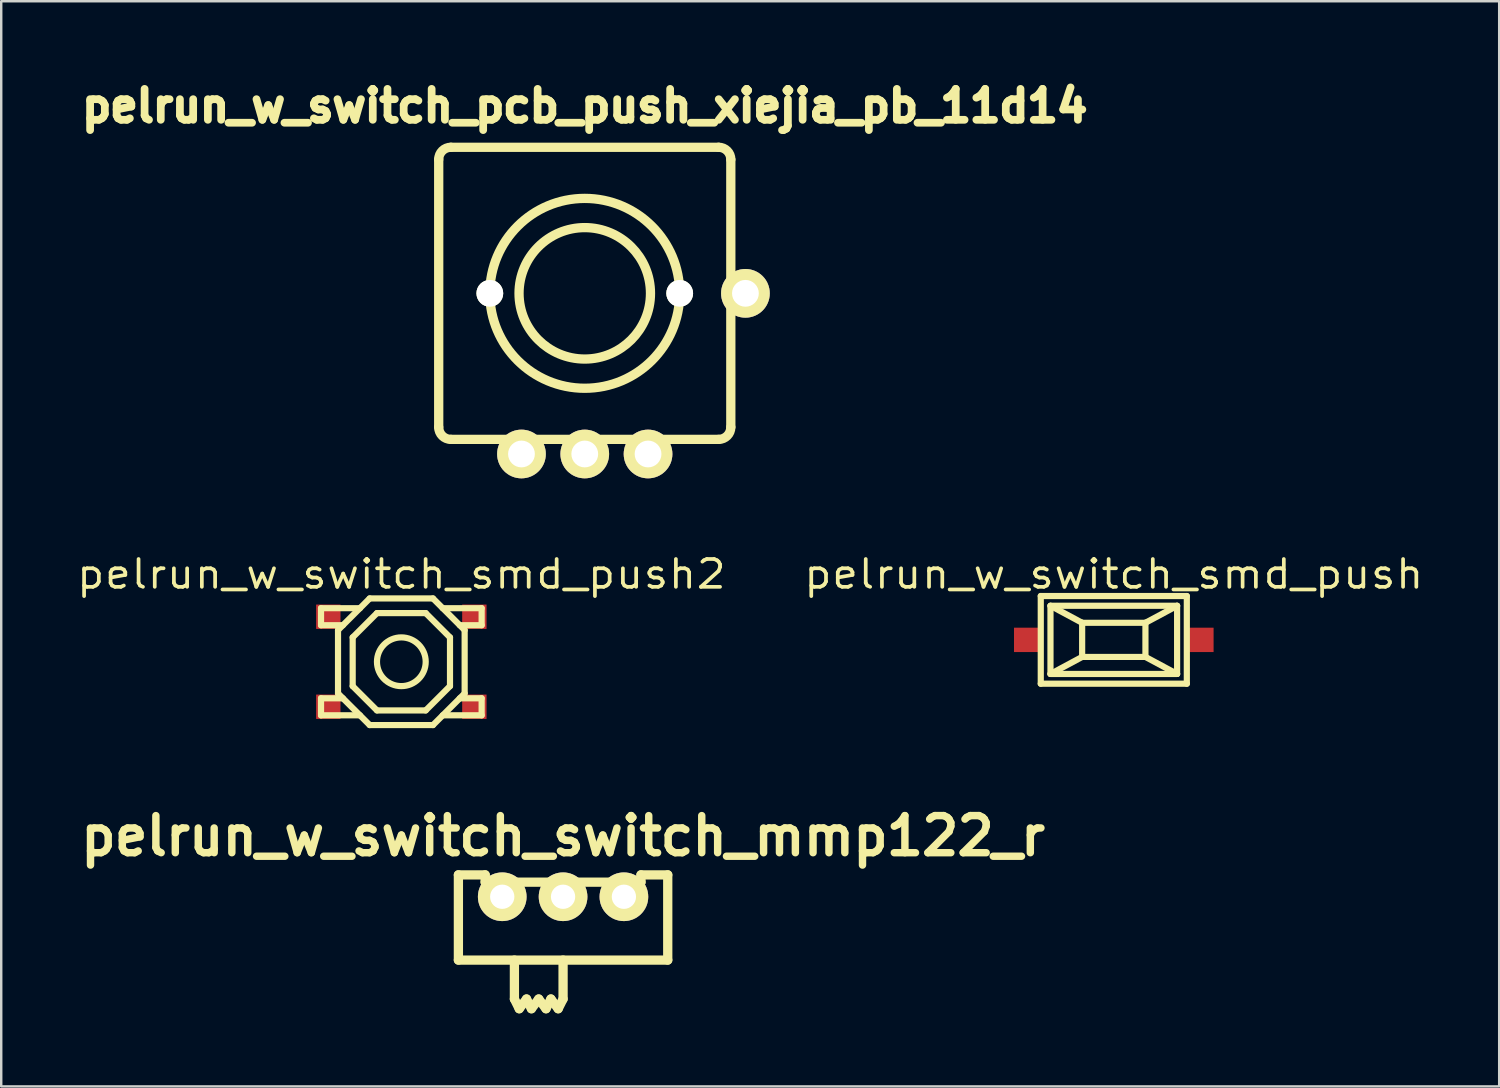
<source format=kicad_pcb>
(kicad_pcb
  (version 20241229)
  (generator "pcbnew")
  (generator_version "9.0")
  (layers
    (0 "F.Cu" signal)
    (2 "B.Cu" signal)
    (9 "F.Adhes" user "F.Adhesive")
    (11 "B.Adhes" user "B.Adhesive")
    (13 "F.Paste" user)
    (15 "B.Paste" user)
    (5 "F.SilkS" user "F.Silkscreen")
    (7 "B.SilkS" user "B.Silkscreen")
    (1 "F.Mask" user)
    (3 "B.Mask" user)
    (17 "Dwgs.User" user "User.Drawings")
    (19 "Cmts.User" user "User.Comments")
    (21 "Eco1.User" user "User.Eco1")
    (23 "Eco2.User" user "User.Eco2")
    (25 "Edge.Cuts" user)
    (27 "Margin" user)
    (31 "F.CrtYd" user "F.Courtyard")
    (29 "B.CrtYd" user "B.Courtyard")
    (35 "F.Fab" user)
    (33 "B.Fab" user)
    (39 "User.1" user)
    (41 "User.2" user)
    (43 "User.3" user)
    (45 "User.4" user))
  (footprint "pelrun_w_switch_pcb_push_xiejia_pb_11d14"
    (layer "F.Cu")
    (at 20.972 9)
    (property "Reference" "pelrun_w_switch_pcb_push_xiejia_pb_11d14" (at 0 -7.7 0) (layer "F.SilkS") (effects (font (size 1.27 1.27) (thickness 0.318))))
    (attr through_hole)
    (fp_line (start -6 5.5) (end -6 -5.5) (stroke (width 0.381) (type solid)) (layer "F.SilkS"))
    (fp_line (start -5.5 -6) (end 5.5 -6) (stroke (width 0.381) (type solid)) (layer "F.SilkS"))
    (fp_line (start 5.5 6) (end -5.5 6) (stroke (width 0.381) (type solid)) (layer "F.SilkS"))
    (fp_line (start 6 -5.5) (end 6 5.5) (stroke (width 0.381) (type solid)) (layer "F.SilkS"))
    (fp_arc (start -6 -5.5) (mid -5.853553 -5.853553) (end -5.5 -6) (stroke (width 0.381) (type solid)) (layer "F.SilkS"))
    (fp_arc (start -5.5 6) (mid -5.853553 5.853553) (end -6 5.5) (stroke (width 0.381) (type solid)) (layer "F.SilkS"))
    (fp_arc (start 5.5 -6) (mid 5.853553 -5.853553) (end 6 -5.5) (stroke (width 0.381) (type solid)) (layer "F.SilkS"))
    (fp_arc (start 6 5.5) (mid 5.853553 5.853553) (end 5.5 6) (stroke (width 0.381) (type solid)) (layer "F.SilkS"))
    (fp_circle (center 0 0) (end 2.7 0) (stroke (width 0.381) (type solid)) (fill no) (layer "F.SilkS"))
    (fp_circle (center 0 0) (end 3.9 0) (stroke (width 0.381) (type solid)) (fill no) (layer "F.SilkS"))
    (pad "" np_thru_hole circle (at -3.9 0) (size 1.1 1.1) (drill 1.1) (layers "*.Cu" "*.Mask" "F.SilkS"))
    (pad "" np_thru_hole circle (at 3.9 0) (size 1.1 1.1) (drill 1.1) (layers "*.Cu" "*.Mask" "F.SilkS"))
    (pad "1" thru_hole circle (at 0 6.6) (size 2 2) (drill 1.1) (layers "*.Cu" "*.Mask" "F.SilkS"))
    (pad "2" thru_hole circle (at 2.6 6.6) (size 2 2) (drill 1.1) (layers "*.Cu" "*.Mask" "F.SilkS"))
    (pad "3" thru_hole circle (at -2.6 6.6) (size 2 2) (drill 1.1) (layers "*.Cu" "*.Mask" "F.SilkS"))
    (pad "4" thru_hole circle (at 6.6 0) (size 2 2) (drill 1.1) (layers "*.Cu" "*.Mask" "F.SilkS")))
  (footprint "pelrun_w_switch_switch_mmp122_r"
    (layer "F.Cu")
    (at 20.081 33.789)
    (property "Reference" "pelrun_w_switch_switch_mmp122_r" (at 0 -2.499 0) (layer "F.SilkS") (effects (font (size 1.524 1.524) (thickness 0.305))))
    (attr through_hole)
    (fp_line (start -4.3 -0.899) (end -4.3 2.601) (stroke (width 0.381) (type solid)) (layer "F.SilkS"))
    (fp_line (start -4.3 2.601) (end 4.3 2.601) (stroke (width 0.381) (type solid)) (layer "F.SilkS"))
    (fp_line (start -3.2 -0.899) (end -4.3 -0.899) (stroke (width 0.381) (type solid)) (layer "F.SilkS"))
    (fp_line (start -3.2 -0.599) (end -3.2 -0.899) (stroke (width 0.381) (type solid)) (layer "F.SilkS"))
    (fp_line (start -1.999 2.601) (end -1.999 4.201) (stroke (width 0.381) (type solid)) (layer "F.SilkS"))
    (fp_line (start -1.999 4.201) (end -1.801 4.6) (stroke (width 0.381) (type solid)) (layer "F.SilkS"))
    (fp_line (start -1.801 4.6) (end -1.501 4.201) (stroke (width 0.381) (type solid)) (layer "F.SilkS"))
    (fp_line (start -1.501 4.201) (end -1.3 4.6) (stroke (width 0.381) (type solid)) (layer "F.SilkS"))
    (fp_line (start -1.3 4.6) (end -1.001 4.201) (stroke (width 0.381) (type solid)) (layer "F.SilkS"))
    (fp_line (start -1.001 4.201) (end -0.701 4.6) (stroke (width 0.381) (type solid)) (layer "F.SilkS"))
    (fp_line (start -0.701 4.6) (end -0.5 4.201) (stroke (width 0.381) (type solid)) (layer "F.SilkS"))
    (fp_line (start -0.5 4.201) (end -0.201 4.6) (stroke (width 0.381) (type solid)) (layer "F.SilkS"))
    (fp_line (start -0.201 4.6) (end 0 4.201) (stroke (width 0.381) (type solid)) (layer "F.SilkS"))
    (fp_line (start 0 2.601) (end 0 4.201) (stroke (width 0.381) (type solid)) (layer "F.SilkS"))
    (fp_line (start 3.2 -0.899) (end 3.2 -0.599) (stroke (width 0.381) (type solid)) (layer "F.SilkS"))
    (fp_line (start 3.2 -0.599) (end -3.2 -0.599) (stroke (width 0.381) (type solid)) (layer "F.SilkS"))
    (fp_line (start 4.3 -0.899) (end 3.2 -0.899) (stroke (width 0.381) (type solid)) (layer "F.SilkS"))
    (fp_line (start 4.3 2.601) (end 4.3 -0.899) (stroke (width 0.381) (type solid)) (layer "F.SilkS"))
    (pad "1" thru_hole circle (at -2.499 0) (size 1.999 1.999) (drill 0.998) (layers "*.Cu" "*.Mask" "F.SilkS"))
    (pad "2" thru_hole circle (at 0 0) (size 1.999 1.999) (drill 0.998) (layers "*.Cu" "*.Mask" "F.SilkS"))
    (pad "3" thru_hole circle (at 2.499 0) (size 1.999 1.999) (drill 0.998) (layers "*.Cu" "*.Mask" "F.SilkS")))
  (footprint "pelrun_w_switch_smd_push2"
    (layer "F.Cu")
    (at 13.437 24.135)
    (property "Reference" "pelrun_w_switch_smd_push2" (at 0 -3.599 0) (layer "F.SilkS") (effects (font (size 1.143 1.27) (thickness 0.152))))
    (attr through_hole)
    (fp_line (start -3.299 -2.2) (end -3.299 -1.501) (stroke (width 0.254) (type solid)) (layer "F.SilkS"))
    (fp_line (start -3.299 -1.501) (end -2.4 -1.501) (stroke (width 0.254) (type solid)) (layer "F.SilkS"))
    (fp_line (start -3.299 1.501) (end -3.299 2.2) (stroke (width 0.254) (type solid)) (layer "F.SilkS"))
    (fp_line (start -3.299 1.501) (end -2.4 1.501) (stroke (width 0.254) (type solid)) (layer "F.SilkS"))
    (fp_line (start -3.299 2.2) (end -1.699 2.2) (stroke (width 0.254) (type solid)) (layer "F.SilkS"))
    (fp_line (start -2.601 -1.3) (end -2.601 1.3) (stroke (width 0.254) (type solid)) (layer "F.SilkS"))
    (fp_line (start -2.601 1.3) (end -1.3 2.601) (stroke (width 0.254) (type solid)) (layer "F.SilkS"))
    (fp_line (start -1.999 -1.001) (end -1.999 1.001) (stroke (width 0.254) (type solid)) (layer "F.SilkS"))
    (fp_line (start -1.999 1.001) (end -1.001 1.999) (stroke (width 0.254) (type solid)) (layer "F.SilkS"))
    (fp_line (start -1.699 -2.2) (end -3.299 -2.2) (stroke (width 0.254) (type solid)) (layer "F.SilkS"))
    (fp_line (start -1.3 -2.601) (end -2.601 -1.3) (stroke (width 0.254) (type solid)) (layer "F.SilkS"))
    (fp_line (start -1.3 2.601) (end 1.3 2.601) (stroke (width 0.254) (type solid)) (layer "F.SilkS"))
    (fp_line (start -1.001 -1.999) (end -1.999 -1.001) (stroke (width 0.254) (type solid)) (layer "F.SilkS"))
    (fp_line (start -1.001 1.999) (end 1.001 1.999) (stroke (width 0.254) (type solid)) (layer "F.SilkS"))
    (fp_line (start 1.001 -1.999) (end -1.001 -1.999) (stroke (width 0.254) (type solid)) (layer "F.SilkS"))
    (fp_line (start 1.001 1.999) (end 1.999 1.001) (stroke (width 0.254) (type solid)) (layer "F.SilkS"))
    (fp_line (start 1.3 -2.601) (end -1.3 -2.601) (stroke (width 0.254) (type solid)) (layer "F.SilkS"))
    (fp_line (start 1.3 2.601) (end 2.601 1.3) (stroke (width 0.254) (type solid)) (layer "F.SilkS"))
    (fp_line (start 1.699 2.2) (end 3.299 2.2) (stroke (width 0.254) (type solid)) (layer "F.SilkS"))
    (fp_line (start 1.999 -1.001) (end 1.001 -1.999) (stroke (width 0.254) (type solid)) (layer "F.SilkS"))
    (fp_line (start 1.999 1.001) (end 1.999 -1.001) (stroke (width 0.254) (type solid)) (layer "F.SilkS"))
    (fp_line (start 2.4 -1.501) (end 3.299 -1.501) (stroke (width 0.254) (type solid)) (layer "F.SilkS"))
    (fp_line (start 2.601 -1.3) (end 1.3 -2.601) (stroke (width 0.254) (type solid)) (layer "F.SilkS"))
    (fp_line (start 2.601 1.3) (end 2.601 -1.3) (stroke (width 0.254) (type solid)) (layer "F.SilkS"))
    (fp_line (start 3.299 -2.2) (end 1.699 -2.2) (stroke (width 0.254) (type solid)) (layer "F.SilkS"))
    (fp_line (start 3.299 -1.501) (end 3.299 -2.2) (stroke (width 0.254) (type solid)) (layer "F.SilkS"))
    (fp_line (start 3.299 1.501) (end 2.4 1.501) (stroke (width 0.254) (type solid)) (layer "F.SilkS"))
    (fp_line (start 3.299 2.2) (end 3.299 1.501) (stroke (width 0.254) (type solid)) (layer "F.SilkS"))
    (fp_circle (center 0 0) (end -1.001 0) (stroke (width 0.254) (type solid)) (fill no) (layer "F.SilkS"))
    (pad "1" smd rect (at -3 -1.849) (size 1.001 1.001) (layers "F.Cu" "F.Mask" "F.Paste"))
    (pad "2" smd rect (at 3 1.849) (size 1.001 1.001) (layers "F.Cu" "F.Mask" "F.Paste"))
    (pad "3" smd rect (at -3 1.849) (size 1.001 1.001) (layers "F.Cu" "F.Mask" "F.Paste"))
    (pad "4" smd rect (at 3 -1.849) (size 1.001 1.001) (layers "F.Cu" "F.Mask" "F.Paste")))
  (footprint "pelrun_w_switch_smd_push"
    (layer "F.Cu")
    (at 42.705 23.236)
    (property "Reference" "pelrun_w_switch_smd_push" (at 0 -2.7 0) (layer "F.SilkS") (effects (font (size 1.143 1.27) (thickness 0.152))))
    (attr through_hole)
    (fp_line (start -3 -1.801) (end 3 -1.801) (stroke (width 0.254) (type solid)) (layer "F.SilkS"))
    (fp_line (start -3 1.801) (end -3 -1.801) (stroke (width 0.254) (type solid)) (layer "F.SilkS"))
    (fp_line (start -2.601 -1.4) (end -1.3 -0.701) (stroke (width 0.254) (type solid)) (layer "F.SilkS"))
    (fp_line (start -2.601 -1.4) (end 2.601 -1.4) (stroke (width 0.254) (type solid)) (layer "F.SilkS"))
    (fp_line (start -2.601 1.4) (end -2.601 -1.4) (stroke (width 0.254) (type solid)) (layer "F.SilkS"))
    (fp_line (start -1.3 -0.701) (end 1.3 -0.701) (stroke (width 0.254) (type solid)) (layer "F.SilkS"))
    (fp_line (start -1.3 0.701) (end -2.601 1.4) (stroke (width 0.254) (type solid)) (layer "F.SilkS"))
    (fp_line (start -1.3 0.701) (end -1.3 -0.701) (stroke (width 0.254) (type solid)) (layer "F.SilkS"))
    (fp_line (start 1.3 -0.701) (end 1.3 0.701) (stroke (width 0.254) (type solid)) (layer "F.SilkS"))
    (fp_line (start 1.3 -0.701) (end 2.601 -1.4) (stroke (width 0.254) (type solid)) (layer "F.SilkS"))
    (fp_line (start 1.3 0.701) (end -1.3 0.701) (stroke (width 0.254) (type solid)) (layer "F.SilkS"))
    (fp_line (start 1.3 0.701) (end 2.601 1.4) (stroke (width 0.254) (type solid)) (layer "F.SilkS"))
    (fp_line (start 2.601 -1.4) (end 2.601 1.4) (stroke (width 0.254) (type solid)) (layer "F.SilkS"))
    (fp_line (start 2.601 1.4) (end -2.601 1.4) (stroke (width 0.254) (type solid)) (layer "F.SilkS"))
    (fp_line (start 3 -1.801) (end 3 1.801) (stroke (width 0.254) (type solid)) (layer "F.SilkS"))
    (fp_line (start 3 1.801) (end -3 1.801) (stroke (width 0.254) (type solid)) (layer "F.SilkS"))
    (pad "1" smd rect (at -3.599 0) (size 1.001 1.001) (layers "F.Cu" "F.Mask" "F.Paste"))
    (pad "2" smd rect (at 3.599 0) (size 1.001 1.001) (layers "F.Cu" "F.Mask" "F.Paste")))
  (gr_rect
    (start -3 -3)
    (end 58.537 41.58)
    (stroke (width 0.1) (type default))
    (fill no)
    (layer "Edge.Cuts")))
</source>
